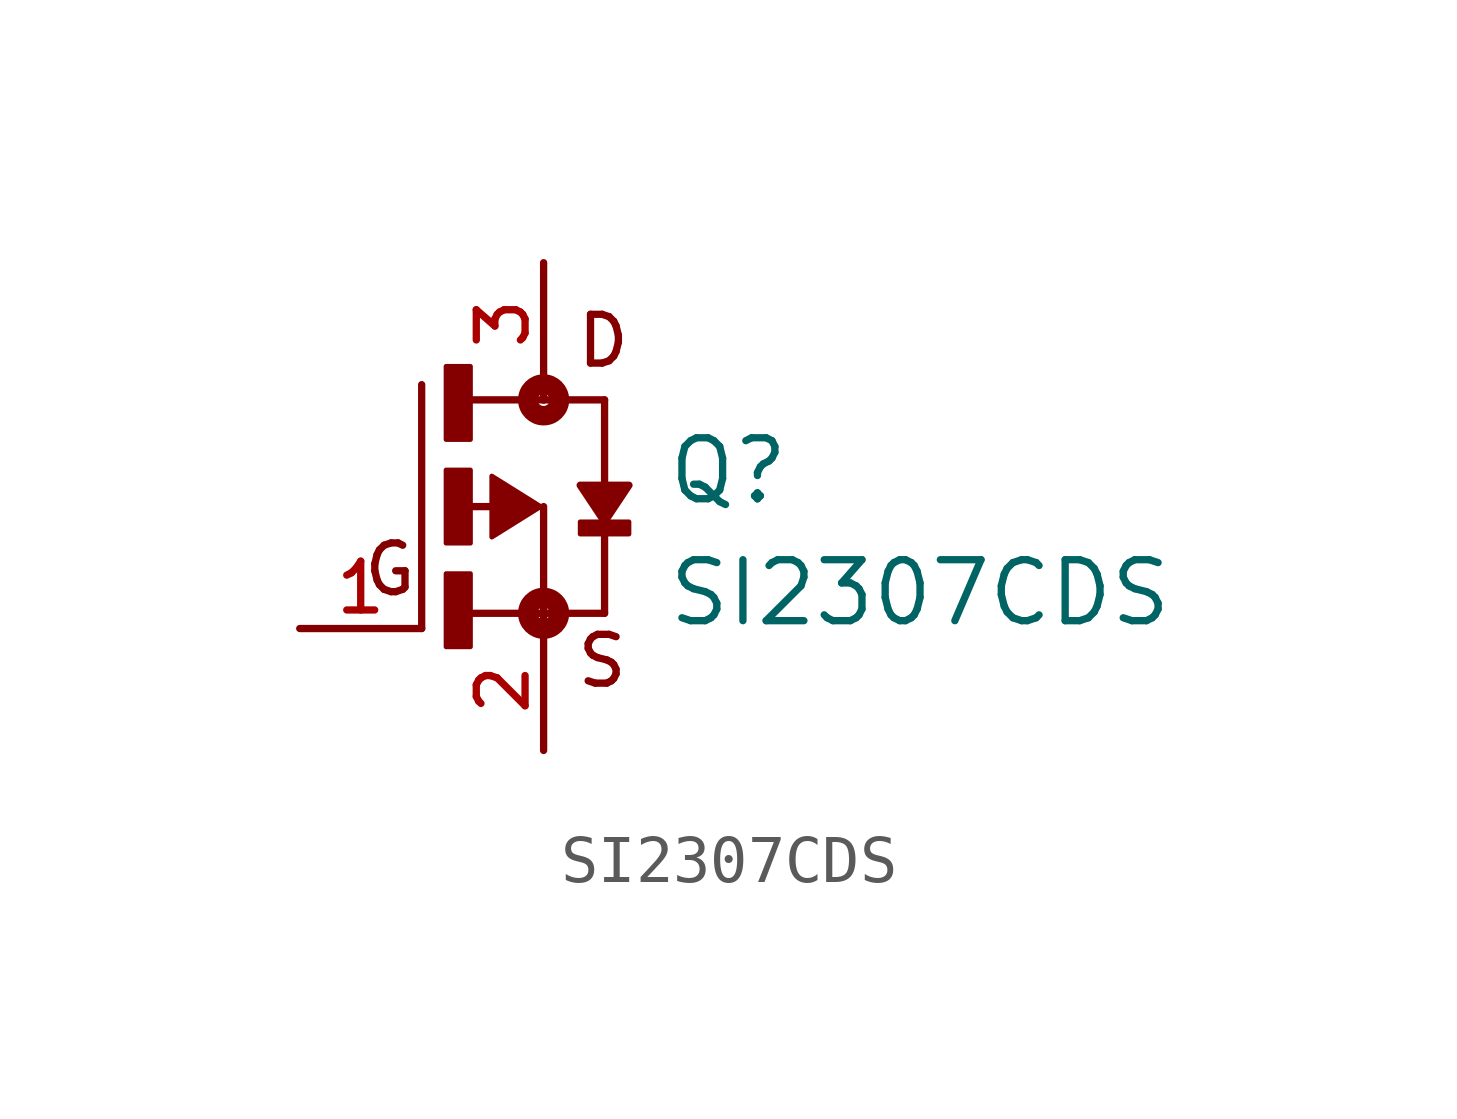
<source format=kicad_sym>
(kicad_symbol_lib
  (version 20211014)
  (generator kicad_symbol_editor)
  (symbol "SI2307CDS"
    (pin_names
      (offset 1.016))
    (property "Reference" "Q"
      (at 2.54 0.0 0)
      (effects (font (size 1.27 1.27)) (justify bottom left)))
    (property "Value" "SI2307CDS"
      (at 2.54 -2.54 0)
      (effects (font (size 1.27 1.27)) (justify bottom left)))
    (symbol "SI2307CDS_0_0"
      (polyline (pts (xy -1.079 0.0) (xy -1.905 0.0)) (stroke (width 0.152)))
      (polyline (pts (xy -1.905 -2.223) (xy 0.0 -2.223)) (stroke (width 0.152)))
      (polyline (pts (xy -2.54 -2.54) (xy -2.54 2.54)) (stroke (width 0.152)))
      (polyline (pts (xy 0.0 0.0) (xy 0.0 -2.223)) (stroke (width 0.152)))
      (polyline (pts (xy 1.27 -2.223) (xy 0.0 -2.223)) (stroke (width 0.152)))
      (polyline (pts (xy -1.587 2.223) (xy 0.0 2.223)) (stroke (width 0.152)))
      (polyline (pts (xy 0.0 2.223) (xy 1.27 2.223)) (stroke (width 0.152)))
      (polyline (pts (xy 0.0 -2.223) (xy 0.0 -2.54)) (stroke (width 0.152)))
      (polyline (pts (xy 1.27 2.223) (xy 1.27 -2.223)) (stroke (width 0.152)))
      (polyline (pts (xy 0.0 2.54) (xy 0.0 2.223)) (stroke (width 0.152)))
      (circle (center 0.0 -2.223) (radius 0.127) (stroke (width 0.406)) (fill (type none)))
      (circle (center 0.0 2.223) (radius 0.127) (stroke (width 0.406)) (fill (type none)))
      (text "D" (at 0.635 2.857 0) (effects (font (size 1.016 1.016)) (justify bottom left)))
      (text "S" (at 0.635 -3.81 0) (effects (font (size 1.016 1.016)) (justify bottom left)))
      (text "G" (at -3.81 -1.905 0) (effects (font (size 1.016 1.016)) (justify bottom left)))
      (rectangle (start -2.032 1.397) (end -1.524 2.921) (stroke (width 0.1)) (fill (type outline)))
      (rectangle (start -2.032 -0.762) (end -1.524 0.762) (stroke (width 0.1)) (fill (type outline)))
      (rectangle (start -2.032 -2.921) (end -1.524 -1.397) (stroke (width 0.1)) (fill (type outline)))
      (rectangle (start 0.762 -0.572) (end 1.778 -0.318) (stroke (width 0.1)) (fill (type outline)))
      (polyline (pts (xy -0.064 0.0) (xy -1.079 -0.635) (xy -1.079 0.635) (xy -0.064 0.0)) (stroke (width 0.102)) (fill (type outline)))
      (polyline (pts (xy 1.27 -0.318) (xy 1.778 0.445) (xy 0.762 0.445) (xy 1.27 -0.318)) (stroke (width 0.152)) (fill (type outline)))
      (pin passive line (at 0.0 5.08 270.0) (length 2.54) (name "~" (effects (font (size 1.016 1.016)))) (number "3" (effects (font (size 1.016 1.016)))))
      (pin passive line (at 0.0 -5.08 90.0) (length 2.54) (name "~" (effects (font (size 1.016 1.016)))) (number "2" (effects (font (size 1.016 1.016)))))
      (pin passive line (at -5.08 -2.54 0) (length 2.54) (name "~" (effects (font (size 1.016 1.016)))) (number "1" (effects (font (size 1.016 1.016))))))))
</source>
